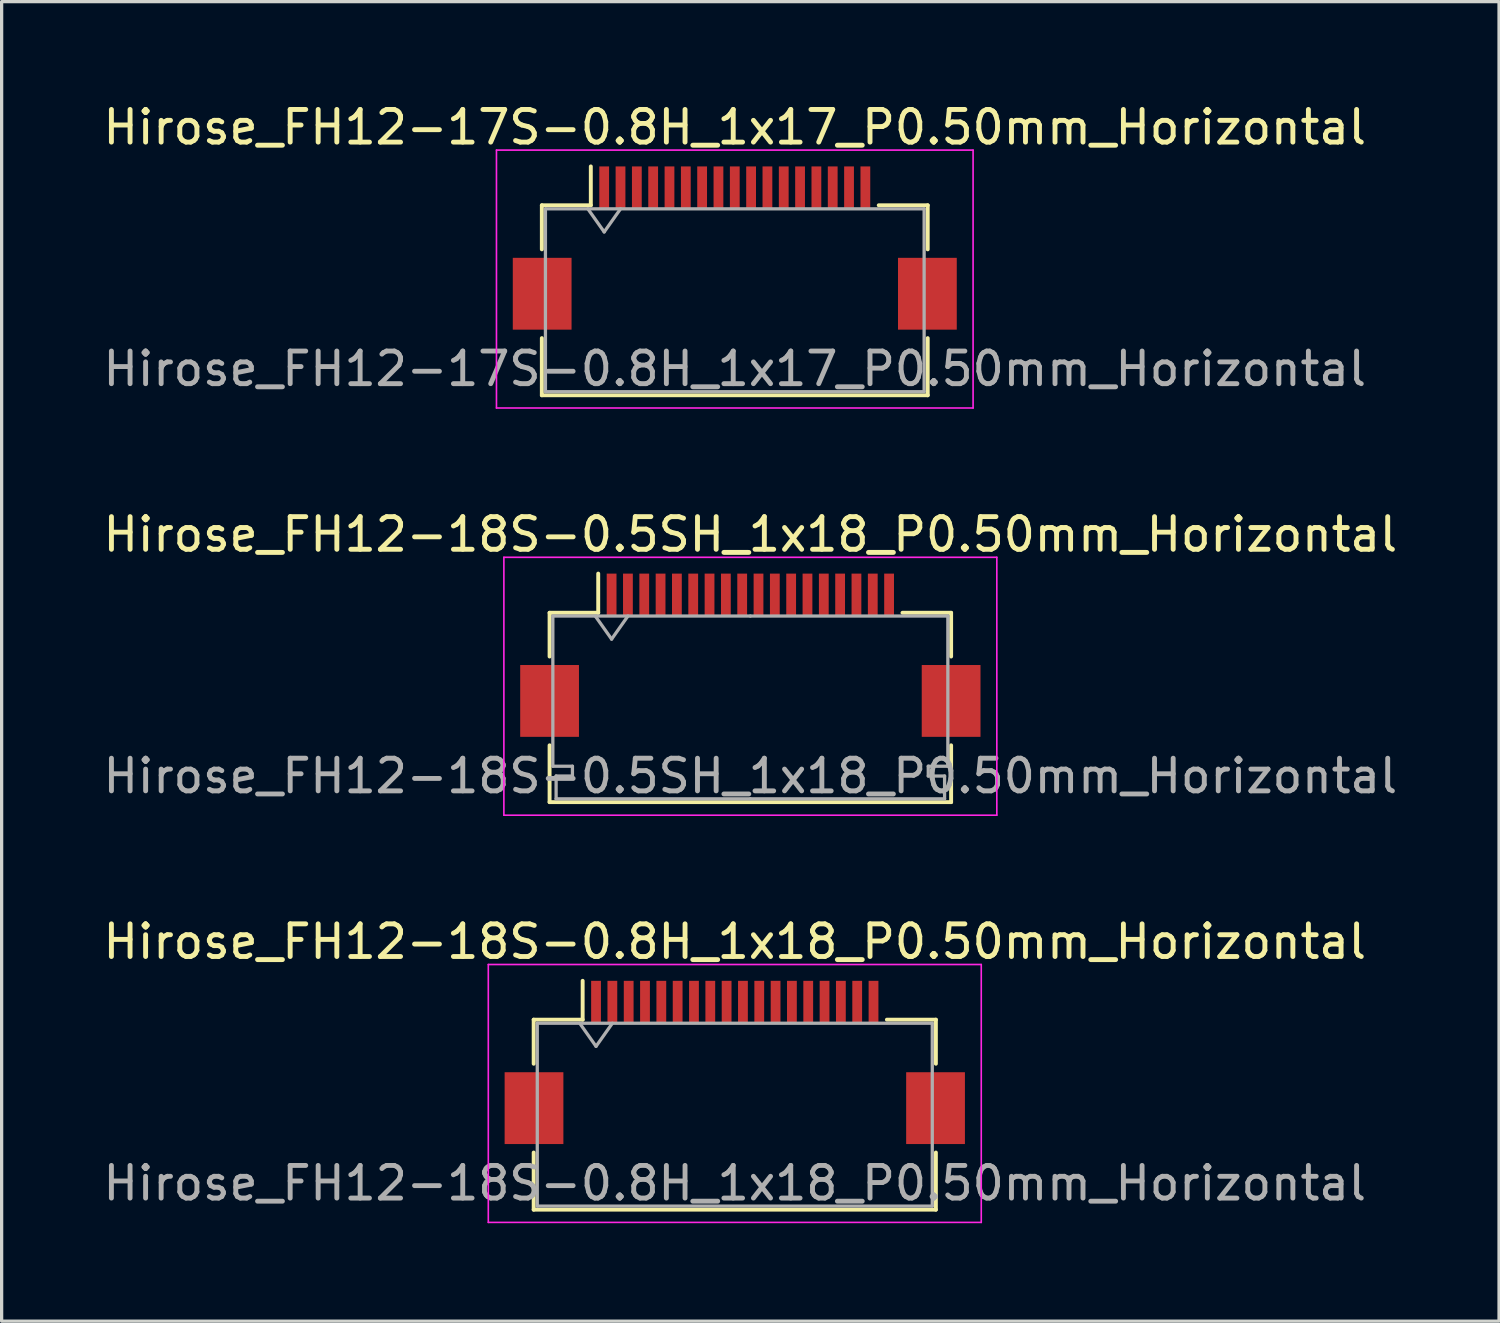
<source format=kicad_pcb>
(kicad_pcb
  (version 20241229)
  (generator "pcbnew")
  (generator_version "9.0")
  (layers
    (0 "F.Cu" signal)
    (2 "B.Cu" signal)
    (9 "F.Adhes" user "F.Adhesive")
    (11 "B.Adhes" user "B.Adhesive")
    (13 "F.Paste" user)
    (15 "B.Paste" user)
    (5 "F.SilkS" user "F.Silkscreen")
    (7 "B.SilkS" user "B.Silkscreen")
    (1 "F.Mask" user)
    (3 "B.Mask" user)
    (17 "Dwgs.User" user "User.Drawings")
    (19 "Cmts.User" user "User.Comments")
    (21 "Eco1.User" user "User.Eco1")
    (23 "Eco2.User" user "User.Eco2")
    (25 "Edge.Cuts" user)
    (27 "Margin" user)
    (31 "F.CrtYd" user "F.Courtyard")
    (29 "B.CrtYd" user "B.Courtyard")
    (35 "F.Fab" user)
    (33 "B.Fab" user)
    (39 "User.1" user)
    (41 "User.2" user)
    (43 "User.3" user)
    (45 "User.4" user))
  (footprint "Hirose_FH12-17S-0.8H_1x17_P0.50mm_Horizontal"
    (layer "F.Cu")
    (at 19.458 4.548)
    (property "Reference" "Hirose_FH12-17S-0.8H_1x17_P0.50mm_Horizontal" (at 0 -3.7 0) (layer "F.SilkS") (effects (font (size 1 1) (thickness 0.15))))
    (attr smd)
    (fp_line (start -5.91 -1.31) (end -4.41 -1.31) (stroke (width 0.12) (type solid)) (layer "F.SilkS"))
    (fp_line (start -5.91 0.04) (end -5.91 -1.31) (stroke (width 0.12) (type solid)) (layer "F.SilkS"))
    (fp_line (start -5.91 2.76) (end -5.91 4.51) (stroke (width 0.12) (type solid)) (layer "F.SilkS"))
    (fp_line (start -5.91 4.51) (end 5.91 4.51) (stroke (width 0.12) (type solid)) (layer "F.SilkS"))
    (fp_line (start -4.41 -1.31) (end -4.41 -2.5) (stroke (width 0.12) (type solid)) (layer "F.SilkS"))
    (fp_line (start 5.91 -1.31) (end 4.41 -1.31) (stroke (width 0.12) (type solid)) (layer "F.SilkS"))
    (fp_line (start 5.91 0.04) (end 5.91 -1.31) (stroke (width 0.12) (type solid)) (layer "F.SilkS"))
    (fp_line (start 5.91 4.51) (end 5.91 2.76) (stroke (width 0.12) (type solid)) (layer "F.SilkS"))
    (fp_line (start -7.3 -3) (end -7.3 4.9) (stroke (width 0.05) (type solid)) (layer "F.CrtYd"))
    (fp_line (start -7.3 4.9) (end 7.3 4.9) (stroke (width 0.05) (type solid)) (layer "F.CrtYd"))
    (fp_line (start 7.3 -3) (end -7.3 -3) (stroke (width 0.05) (type solid)) (layer "F.CrtYd"))
    (fp_line (start 7.3 4.9) (end 7.3 -3) (stroke (width 0.05) (type solid)) (layer "F.CrtYd"))
    (fp_line (start -5.8 -1.2) (end -5.8 4.4) (stroke (width 0.1) (type solid)) (layer "F.Fab"))
    (fp_line (start -5.8 -1.2) (end 5.8 -1.2) (stroke (width 0.1) (type solid)) (layer "F.Fab"))
    (fp_line (start -5.8 4.4) (end 5.8 4.4) (stroke (width 0.1) (type solid)) (layer "F.Fab"))
    (fp_line (start -4.5 -1.2) (end -4 -0.493) (stroke (width 0.1) (type solid)) (layer "F.Fab"))
    (fp_line (start -4 -0.493) (end -3.5 -1.2) (stroke (width 0.1) (type solid)) (layer "F.Fab"))
    (fp_line (start 5.8 -1.2) (end 5.8 4.4) (stroke (width 0.1) (type solid)) (layer "F.Fab"))
    (fp_text user "${REFERENCE}" (at 0 3.7 0) (layer "F.Fab") (effects (font (size 1 1) (thickness 0.15))))
    (pad "" smd rect (at -5.9 1.4) (size 1.8 2.2) (layers "F.Cu" "F.Mask" "F.Paste"))
    (pad "" smd rect (at 5.9 1.4) (size 1.8 2.2) (layers "F.Cu" "F.Mask" "F.Paste"))
    (pad "1" smd rect (at -4 -1.85) (size 0.3 1.3) (layers "F.Cu" "F.Mask" "F.Paste"))
    (pad "2" smd rect (at -3.5 -1.85) (size 0.3 1.3) (layers "F.Cu" "F.Mask" "F.Paste"))
    (pad "3" smd rect (at -3 -1.85) (size 0.3 1.3) (layers "F.Cu" "F.Mask" "F.Paste"))
    (pad "4" smd rect (at -2.5 -1.85) (size 0.3 1.3) (layers "F.Cu" "F.Mask" "F.Paste"))
    (pad "5" smd rect (at -2 -1.85) (size 0.3 1.3) (layers "F.Cu" "F.Mask" "F.Paste"))
    (pad "6" smd rect (at -1.5 -1.85) (size 0.3 1.3) (layers "F.Cu" "F.Mask" "F.Paste"))
    (pad "7" smd rect (at -1 -1.85) (size 0.3 1.3) (layers "F.Cu" "F.Mask" "F.Paste"))
    (pad "8" smd rect (at -0.5 -1.85) (size 0.3 1.3) (layers "F.Cu" "F.Mask" "F.Paste"))
    (pad "9" smd rect (at 0 -1.85) (size 0.3 1.3) (layers "F.Cu" "F.Mask" "F.Paste"))
    (pad "10" smd rect (at 0.5 -1.85) (size 0.3 1.3) (layers "F.Cu" "F.Mask" "F.Paste"))
    (pad "11" smd rect (at 1 -1.85) (size 0.3 1.3) (layers "F.Cu" "F.Mask" "F.Paste"))
    (pad "12" smd rect (at 1.5 -1.85) (size 0.3 1.3) (layers "F.Cu" "F.Mask" "F.Paste"))
    (pad "13" smd rect (at 2 -1.85) (size 0.3 1.3) (layers "F.Cu" "F.Mask" "F.Paste"))
    (pad "14" smd rect (at 2.5 -1.85) (size 0.3 1.3) (layers "F.Cu" "F.Mask" "F.Paste"))
    (pad "15" smd rect (at 3 -1.85) (size 0.3 1.3) (layers "F.Cu" "F.Mask" "F.Paste"))
    (pad "16" smd rect (at 3.5 -1.85) (size 0.3 1.3) (layers "F.Cu" "F.Mask" "F.Paste"))
    (pad "17" smd rect (at 4 -1.85) (size 0.3 1.3) (layers "F.Cu" "F.Mask" "F.Paste")))
  (footprint "Hirose_FH12-18S-0.5SH_1x18_P0.50mm_Horizontal"
    (layer "F.Cu")
    (at 19.935 17.021)
    (property "Reference" "Hirose_FH12-18S-0.5SH_1x18_P0.50mm_Horizontal" (at 0 -3.7 0) (layer "F.SilkS") (effects (font (size 1 1) (thickness 0.15))))
    (attr smd)
    (fp_line (start -6.15 -1.3) (end -6.15 0.04) (stroke (width 0.12) (type solid)) (layer "F.SilkS"))
    (fp_line (start -6.15 2.76) (end -6.15 4.5) (stroke (width 0.12) (type solid)) (layer "F.SilkS"))
    (fp_line (start -6.15 4.5) (end 6.15 4.5) (stroke (width 0.12) (type solid)) (layer "F.SilkS"))
    (fp_line (start -4.66 -1.3) (end -6.15 -1.3) (stroke (width 0.12) (type solid)) (layer "F.SilkS"))
    (fp_line (start -4.66 -1.3) (end -4.66 -2.5) (stroke (width 0.12) (type solid)) (layer "F.SilkS"))
    (fp_line (start 4.66 -1.3) (end 6.15 -1.3) (stroke (width 0.12) (type solid)) (layer "F.SilkS"))
    (fp_line (start 6.15 -1.3) (end 6.15 0.04) (stroke (width 0.12) (type solid)) (layer "F.SilkS"))
    (fp_line (start 6.15 4.5) (end 6.15 2.76) (stroke (width 0.12) (type solid)) (layer "F.SilkS"))
    (fp_line (start -7.55 -3) (end -7.55 4.9) (stroke (width 0.05) (type solid)) (layer "F.CrtYd"))
    (fp_line (start -7.55 4.9) (end 7.55 4.9) (stroke (width 0.05) (type solid)) (layer "F.CrtYd"))
    (fp_line (start 7.55 -3) (end -7.55 -3) (stroke (width 0.05) (type solid)) (layer "F.CrtYd"))
    (fp_line (start 7.55 4.9) (end 7.55 -3) (stroke (width 0.05) (type solid)) (layer "F.CrtYd"))
    (fp_line (start -6.05 -1.2) (end -6.05 3.4) (stroke (width 0.1) (type solid)) (layer "F.Fab"))
    (fp_line (start -6.05 3.4) (end -5.45 3.4) (stroke (width 0.1) (type solid)) (layer "F.Fab"))
    (fp_line (start -5.95 3.7) (end -5.95 4.4) (stroke (width 0.1) (type solid)) (layer "F.Fab"))
    (fp_line (start -5.95 4.4) (end 0 4.4) (stroke (width 0.1) (type solid)) (layer "F.Fab"))
    (fp_line (start -5.45 3.4) (end -5.45 3.7) (stroke (width 0.1) (type solid)) (layer "F.Fab"))
    (fp_line (start -5.45 3.7) (end -5.95 3.7) (stroke (width 0.1) (type solid)) (layer "F.Fab"))
    (fp_line (start -4.75 -1.2) (end -4.25 -0.493) (stroke (width 0.1) (type solid)) (layer "F.Fab"))
    (fp_line (start -4.25 -0.493) (end -3.75 -1.2) (stroke (width 0.1) (type solid)) (layer "F.Fab"))
    (fp_line (start 0 -1.2) (end -6.05 -1.2) (stroke (width 0.1) (type solid)) (layer "F.Fab"))
    (fp_line (start 0 -1.2) (end 6.05 -1.2) (stroke (width 0.1) (type solid)) (layer "F.Fab"))
    (fp_line (start 5.45 3.4) (end 5.45 3.7) (stroke (width 0.1) (type solid)) (layer "F.Fab"))
    (fp_line (start 5.45 3.7) (end 5.95 3.7) (stroke (width 0.1) (type solid)) (layer "F.Fab"))
    (fp_line (start 5.95 3.7) (end 5.95 4.4) (stroke (width 0.1) (type solid)) (layer "F.Fab"))
    (fp_line (start 5.95 4.4) (end 0 4.4) (stroke (width 0.1) (type solid)) (layer "F.Fab"))
    (fp_line (start 6.05 -1.2) (end 6.05 3.4) (stroke (width 0.1) (type solid)) (layer "F.Fab"))
    (fp_line (start 6.05 3.4) (end 5.45 3.4) (stroke (width 0.1) (type solid)) (layer "F.Fab"))
    (fp_text user "${REFERENCE}" (at 0 3.7 0) (layer "F.Fab") (effects (font (size 1 1) (thickness 0.15))))
    (pad "" smd rect (at -6.15 1.4) (size 1.8 2.2) (layers "F.Cu" "F.Mask" "F.Paste"))
    (pad "" smd rect (at 6.15 1.4) (size 1.8 2.2) (layers "F.Cu" "F.Mask" "F.Paste"))
    (pad "1" smd rect (at -4.25 -1.85) (size 0.3 1.3) (layers "F.Cu" "F.Mask" "F.Paste"))
    (pad "2" smd rect (at -3.75 -1.85) (size 0.3 1.3) (layers "F.Cu" "F.Mask" "F.Paste"))
    (pad "3" smd rect (at -3.25 -1.85) (size 0.3 1.3) (layers "F.Cu" "F.Mask" "F.Paste"))
    (pad "4" smd rect (at -2.75 -1.85) (size 0.3 1.3) (layers "F.Cu" "F.Mask" "F.Paste"))
    (pad "5" smd rect (at -2.25 -1.85) (size 0.3 1.3) (layers "F.Cu" "F.Mask" "F.Paste"))
    (pad "6" smd rect (at -1.75 -1.85) (size 0.3 1.3) (layers "F.Cu" "F.Mask" "F.Paste"))
    (pad "7" smd rect (at -1.25 -1.85) (size 0.3 1.3) (layers "F.Cu" "F.Mask" "F.Paste"))
    (pad "8" smd rect (at -0.75 -1.85) (size 0.3 1.3) (layers "F.Cu" "F.Mask" "F.Paste"))
    (pad "9" smd rect (at -0.25 -1.85) (size 0.3 1.3) (layers "F.Cu" "F.Mask" "F.Paste"))
    (pad "10" smd rect (at 0.25 -1.85) (size 0.3 1.3) (layers "F.Cu" "F.Mask" "F.Paste"))
    (pad "11" smd rect (at 0.75 -1.85) (size 0.3 1.3) (layers "F.Cu" "F.Mask" "F.Paste"))
    (pad "12" smd rect (at 1.25 -1.85) (size 0.3 1.3) (layers "F.Cu" "F.Mask" "F.Paste"))
    (pad "13" smd rect (at 1.75 -1.85) (size 0.3 1.3) (layers "F.Cu" "F.Mask" "F.Paste"))
    (pad "14" smd rect (at 2.25 -1.85) (size 0.3 1.3) (layers "F.Cu" "F.Mask" "F.Paste"))
    (pad "15" smd rect (at 2.75 -1.85) (size 0.3 1.3) (layers "F.Cu" "F.Mask" "F.Paste"))
    (pad "16" smd rect (at 3.25 -1.85) (size 0.3 1.3) (layers "F.Cu" "F.Mask" "F.Paste"))
    (pad "17" smd rect (at 3.75 -1.85) (size 0.3 1.3) (layers "F.Cu" "F.Mask" "F.Paste"))
    (pad "18" smd rect (at 4.25 -1.85) (size 0.3 1.3) (layers "F.Cu" "F.Mask" "F.Paste")))
  (footprint "Hirose_FH12-18S-0.8H_1x18_P0.50mm_Horizontal"
    (layer "F.Cu")
    (at 19.458 29.495)
    (property "Reference" "Hirose_FH12-18S-0.8H_1x18_P0.50mm_Horizontal" (at 0 -3.7 0) (layer "F.SilkS") (effects (font (size 1 1) (thickness 0.15))))
    (attr smd)
    (fp_line (start -6.16 -1.31) (end -4.66 -1.31) (stroke (width 0.12) (type solid)) (layer "F.SilkS"))
    (fp_line (start -6.16 0.04) (end -6.16 -1.31) (stroke (width 0.12) (type solid)) (layer "F.SilkS"))
    (fp_line (start -6.16 2.76) (end -6.16 4.51) (stroke (width 0.12) (type solid)) (layer "F.SilkS"))
    (fp_line (start -6.16 4.51) (end 6.16 4.51) (stroke (width 0.12) (type solid)) (layer "F.SilkS"))
    (fp_line (start -4.66 -1.31) (end -4.66 -2.5) (stroke (width 0.12) (type solid)) (layer "F.SilkS"))
    (fp_line (start 6.16 -1.31) (end 4.66 -1.31) (stroke (width 0.12) (type solid)) (layer "F.SilkS"))
    (fp_line (start 6.16 0.04) (end 6.16 -1.31) (stroke (width 0.12) (type solid)) (layer "F.SilkS"))
    (fp_line (start 6.16 4.51) (end 6.16 2.76) (stroke (width 0.12) (type solid)) (layer "F.SilkS"))
    (fp_line (start -7.55 -3) (end -7.55 4.9) (stroke (width 0.05) (type solid)) (layer "F.CrtYd"))
    (fp_line (start -7.55 4.9) (end 7.55 4.9) (stroke (width 0.05) (type solid)) (layer "F.CrtYd"))
    (fp_line (start 7.55 -3) (end -7.55 -3) (stroke (width 0.05) (type solid)) (layer "F.CrtYd"))
    (fp_line (start 7.55 4.9) (end 7.55 -3) (stroke (width 0.05) (type solid)) (layer "F.CrtYd"))
    (fp_line (start -6.05 -1.2) (end -6.05 4.4) (stroke (width 0.1) (type solid)) (layer "F.Fab"))
    (fp_line (start -6.05 -1.2) (end 6.05 -1.2) (stroke (width 0.1) (type solid)) (layer "F.Fab"))
    (fp_line (start -6.05 4.4) (end 6.05 4.4) (stroke (width 0.1) (type solid)) (layer "F.Fab"))
    (fp_line (start -4.75 -1.2) (end -4.25 -0.493) (stroke (width 0.1) (type solid)) (layer "F.Fab"))
    (fp_line (start -4.25 -0.493) (end -3.75 -1.2) (stroke (width 0.1) (type solid)) (layer "F.Fab"))
    (fp_line (start 6.05 -1.2) (end 6.05 4.4) (stroke (width 0.1) (type solid)) (layer "F.Fab"))
    (fp_text user "${REFERENCE}" (at 0 3.7 0) (layer "F.Fab") (effects (font (size 1 1) (thickness 0.15))))
    (pad "" smd rect (at -6.15 1.4) (size 1.8 2.2) (layers "F.Cu" "F.Mask" "F.Paste"))
    (pad "" smd rect (at 6.15 1.4) (size 1.8 2.2) (layers "F.Cu" "F.Mask" "F.Paste"))
    (pad "1" smd rect (at -4.25 -1.85) (size 0.3 1.3) (layers "F.Cu" "F.Mask" "F.Paste"))
    (pad "2" smd rect (at -3.75 -1.85) (size 0.3 1.3) (layers "F.Cu" "F.Mask" "F.Paste"))
    (pad "3" smd rect (at -3.25 -1.85) (size 0.3 1.3) (layers "F.Cu" "F.Mask" "F.Paste"))
    (pad "4" smd rect (at -2.75 -1.85) (size 0.3 1.3) (layers "F.Cu" "F.Mask" "F.Paste"))
    (pad "5" smd rect (at -2.25 -1.85) (size 0.3 1.3) (layers "F.Cu" "F.Mask" "F.Paste"))
    (pad "6" smd rect (at -1.75 -1.85) (size 0.3 1.3) (layers "F.Cu" "F.Mask" "F.Paste"))
    (pad "7" smd rect (at -1.25 -1.85) (size 0.3 1.3) (layers "F.Cu" "F.Mask" "F.Paste"))
    (pad "8" smd rect (at -0.75 -1.85) (size 0.3 1.3) (layers "F.Cu" "F.Mask" "F.Paste"))
    (pad "9" smd rect (at -0.25 -1.85) (size 0.3 1.3) (layers "F.Cu" "F.Mask" "F.Paste"))
    (pad "10" smd rect (at 0.25 -1.85) (size 0.3 1.3) (layers "F.Cu" "F.Mask" "F.Paste"))
    (pad "11" smd rect (at 0.75 -1.85) (size 0.3 1.3) (layers "F.Cu" "F.Mask" "F.Paste"))
    (pad "12" smd rect (at 1.25 -1.85) (size 0.3 1.3) (layers "F.Cu" "F.Mask" "F.Paste"))
    (pad "13" smd rect (at 1.75 -1.85) (size 0.3 1.3) (layers "F.Cu" "F.Mask" "F.Paste"))
    (pad "14" smd rect (at 2.25 -1.85) (size 0.3 1.3) (layers "F.Cu" "F.Mask" "F.Paste"))
    (pad "15" smd rect (at 2.75 -1.85) (size 0.3 1.3) (layers "F.Cu" "F.Mask" "F.Paste"))
    (pad "16" smd rect (at 3.25 -1.85) (size 0.3 1.3) (layers "F.Cu" "F.Mask" "F.Paste"))
    (pad "17" smd rect (at 3.75 -1.85) (size 0.3 1.3) (layers "F.Cu" "F.Mask" "F.Paste"))
    (pad "18" smd rect (at 4.25 -1.85) (size 0.3 1.3) (layers "F.Cu" "F.Mask" "F.Paste")))
  (gr_rect
    (start -3 -3)
    (end 42.869 37.42)
    (stroke (width 0.1) (type default))
    (fill no)
    (layer "Edge.Cuts")))
</source>
